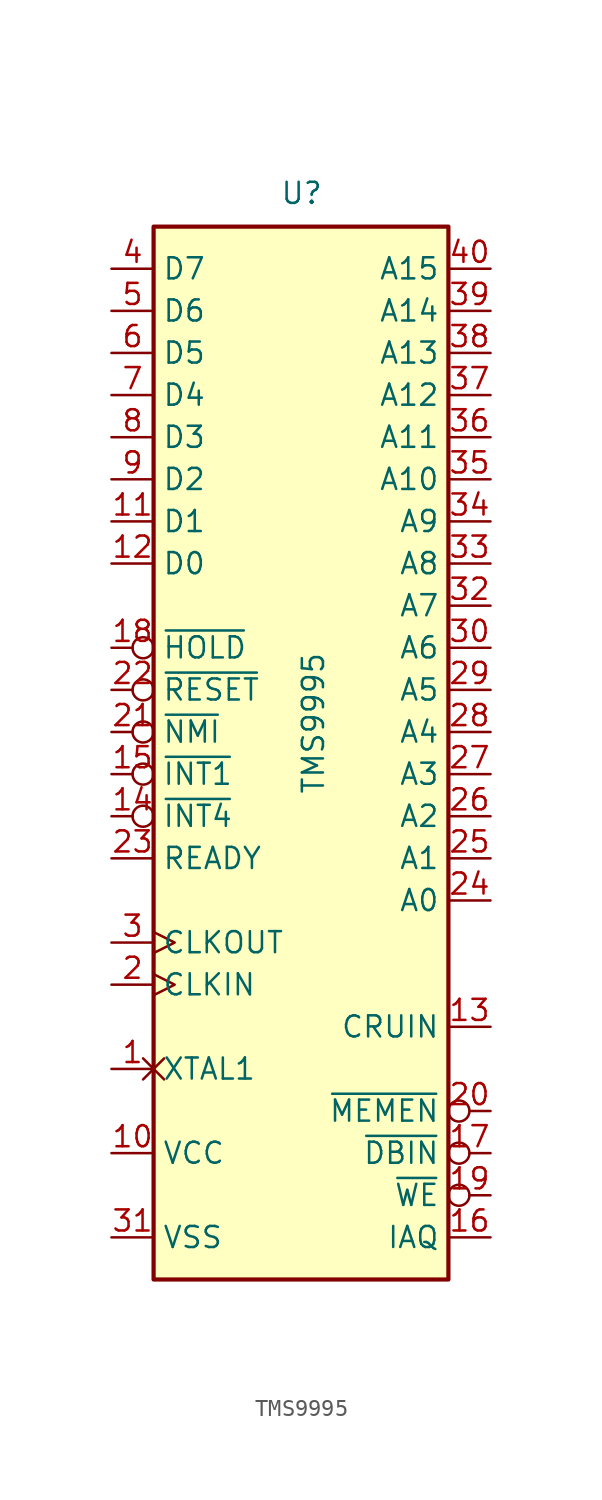
<source format=kicad_sym>
(kicad_symbol_lib
  (version 20220914)
  (generator kicad_symbol_editor)
  (symbol "TMS9995"
    (property "Reference" "U"
      (at -1.27 31.75 0)
      (effects (font (size 1.27 1.27)) (justify left bottom)))
    (property "Value" "TMS9995"
      (at 0 -3.81 90)
      (effects (font (size 1.27 1.27)) (justify left top)))
    (symbol "TMS9995_0_1"
      (rectangle (start -8.89 -33.02) (end 8.89 30.48) (stroke (width 0.254) (type default)) (fill (type background))))
    (symbol "TMS9995_1_1"
      (pin passive non_logic (at -11.43 -20.32 0) (length 2.54) (name "XTAL1" (effects (font (size 1.27 1.27)))) (number "1" (effects (font (size 1.27 1.27)))))
      (pin power_in line (at -11.43 -25.4 0) (length 2.54) (name "VCC" (effects (font (size 1.27 1.27)))) (number "10" (effects (font (size 1.27 1.27)))))
      (pin bidirectional line (at -11.43 12.7 0) (length 2.54) (name "D1" (effects (font (size 1.27 1.27)))) (number "11" (effects (font (size 1.27 1.27)))))
      (pin bidirectional line (at -11.43 10.16 0) (length 2.54) (name "D0" (effects (font (size 1.27 1.27)))) (number "12" (effects (font (size 1.27 1.27)))))
      (pin input line (at 11.43 -17.78 180) (length 2.54) (name "CRUIN" (effects (font (size 1.27 1.27)))) (number "13" (effects (font (size 1.27 1.27)))))
      (pin input inverted (at -11.43 -5.08 0) (length 2.54) (name "~{INT4}" (effects (font (size 1.27 1.27)))) (number "14" (effects (font (size 1.27 1.27)))))
      (pin input inverted (at -11.43 -2.54 0) (length 2.54) (name "~{INT1}" (effects (font (size 1.27 1.27)))) (number "15" (effects (font (size 1.27 1.27)))))
      (pin output line (at 11.43 -30.48 180) (length 2.54) (name "IAQ" (effects (font (size 1.27 1.27)))) (number "16" (effects (font (size 1.27 1.27)))))
      (pin output inverted (at 11.43 -25.4 180) (length 2.54) (name "~{DBIN}" (effects (font (size 1.27 1.27)))) (number "17" (effects (font (size 1.27 1.27)))))
      (pin input inverted (at -11.43 5.08 0) (length 2.54) (name "~{HOLD}" (effects (font (size 1.27 1.27)))) (number "18" (effects (font (size 1.27 1.27)))))
      (pin output inverted (at 11.43 -27.94 180) (length 2.54) (name "~{WE}" (effects (font (size 1.27 1.27)))) (number "19" (effects (font (size 1.27 1.27)))))
      (pin input clock (at -11.43 -15.24 0) (length 2.54) (name "CLKIN" (effects (font (size 1.27 1.27)))) (number "2" (effects (font (size 1.27 1.27)))))
      (pin output inverted (at 11.43 -22.86 180) (length 2.54) (name "~{MEMEN}" (effects (font (size 1.27 1.27)))) (number "20" (effects (font (size 1.27 1.27)))))
      (pin input inverted (at -11.43 0 0) (length 2.54) (name "~{NMI}" (effects (font (size 1.27 1.27)))) (number "21" (effects (font (size 1.27 1.27)))))
      (pin input inverted (at -11.43 2.54 0) (length 2.54) (name "~{RESET}" (effects (font (size 1.27 1.27)))) (number "22" (effects (font (size 1.27 1.27)))))
      (pin input line (at -11.43 -7.62 0) (length 2.54) (name "READY" (effects (font (size 1.27 1.27)))) (number "23" (effects (font (size 1.27 1.27)))))
      (pin output line (at 11.43 -10.16 180) (length 2.54) (name "A0" (effects (font (size 1.27 1.27)))) (number "24" (effects (font (size 1.27 1.27)))))
      (pin output line (at 11.43 -7.62 180) (length 2.54) (name "A1" (effects (font (size 1.27 1.27)))) (number "25" (effects (font (size 1.27 1.27)))))
      (pin output line (at 11.43 -5.08 180) (length 2.54) (name "A2" (effects (font (size 1.27 1.27)))) (number "26" (effects (font (size 1.27 1.27)))))
      (pin output line (at 11.43 -2.54 180) (length 2.54) (name "A3" (effects (font (size 1.27 1.27)))) (number "27" (effects (font (size 1.27 1.27)))))
      (pin output line (at 11.43 0 180) (length 2.54) (name "A4" (effects (font (size 1.27 1.27)))) (number "28" (effects (font (size 1.27 1.27)))))
      (pin output line (at 11.43 2.54 180) (length 2.54) (name "A5" (effects (font (size 1.27 1.27)))) (number "29" (effects (font (size 1.27 1.27)))))
      (pin output clock (at -11.43 -12.7 0) (length 2.54) (name "CLKOUT" (effects (font (size 1.27 1.27)))) (number "3" (effects (font (size 1.27 1.27)))))
      (pin output line (at 11.43 5.08 180) (length 2.54) (name "A6" (effects (font (size 1.27 1.27)))) (number "30" (effects (font (size 1.27 1.27)))))
      (pin power_in line (at -11.43 -30.48 0) (length 2.54) (name "VSS" (effects (font (size 1.27 1.27)))) (number "31" (effects (font (size 1.27 1.27)))))
      (pin output line (at 11.43 7.62 180) (length 2.54) (name "A7" (effects (font (size 1.27 1.27)))) (number "32" (effects (font (size 1.27 1.27)))))
      (pin output line (at 11.43 10.16 180) (length 2.54) (name "A8" (effects (font (size 1.27 1.27)))) (number "33" (effects (font (size 1.27 1.27)))))
      (pin output line (at 11.43 12.7 180) (length 2.54) (name "A9" (effects (font (size 1.27 1.27)))) (number "34" (effects (font (size 1.27 1.27)))))
      (pin output line (at 11.43 15.24 180) (length 2.54) (name "A10" (effects (font (size 1.27 1.27)))) (number "35" (effects (font (size 1.27 1.27)))))
      (pin output line (at 11.43 17.78 180) (length 2.54) (name "A11" (effects (font (size 1.27 1.27)))) (number "36" (effects (font (size 1.27 1.27)))))
      (pin output line (at 11.43 20.32 180) (length 2.54) (name "A12" (effects (font (size 1.27 1.27)))) (number "37" (effects (font (size 1.27 1.27)))))
      (pin output line (at 11.43 22.86 180) (length 2.54) (name "A13" (effects (font (size 1.27 1.27)))) (number "38" (effects (font (size 1.27 1.27)))))
      (pin output line (at 11.43 25.4 180) (length 2.54) (name "A14" (effects (font (size 1.27 1.27)))) (number "39" (effects (font (size 1.27 1.27)))))
      (pin bidirectional line (at -11.43 27.94 0) (length 2.54) (name "D7" (effects (font (size 1.27 1.27)))) (number "4" (effects (font (size 1.27 1.27)))))
      (pin output line (at 11.43 27.94 180) (length 2.54) (name "A15" (effects (font (size 1.27 1.27)))) (number "40" (effects (font (size 1.27 1.27)))))
      (pin bidirectional line (at -11.43 25.4 0) (length 2.54) (name "D6" (effects (font (size 1.27 1.27)))) (number "5" (effects (font (size 1.27 1.27)))))
      (pin bidirectional line (at -11.43 22.86 0) (length 2.54) (name "D5" (effects (font (size 1.27 1.27)))) (number "6" (effects (font (size 1.27 1.27)))))
      (pin bidirectional line (at -11.43 20.32 0) (length 2.54) (name "D4" (effects (font (size 1.27 1.27)))) (number "7" (effects (font (size 1.27 1.27)))))
      (pin bidirectional line (at -11.43 17.78 0) (length 2.54) (name "D3" (effects (font (size 1.27 1.27)))) (number "8" (effects (font (size 1.27 1.27)))))
      (pin bidirectional line (at -11.43 15.24 0) (length 2.54) (name "D2" (effects (font (size 1.27 1.27)))) (number "9" (effects (font (size 1.27 1.27))))))))
</source>
